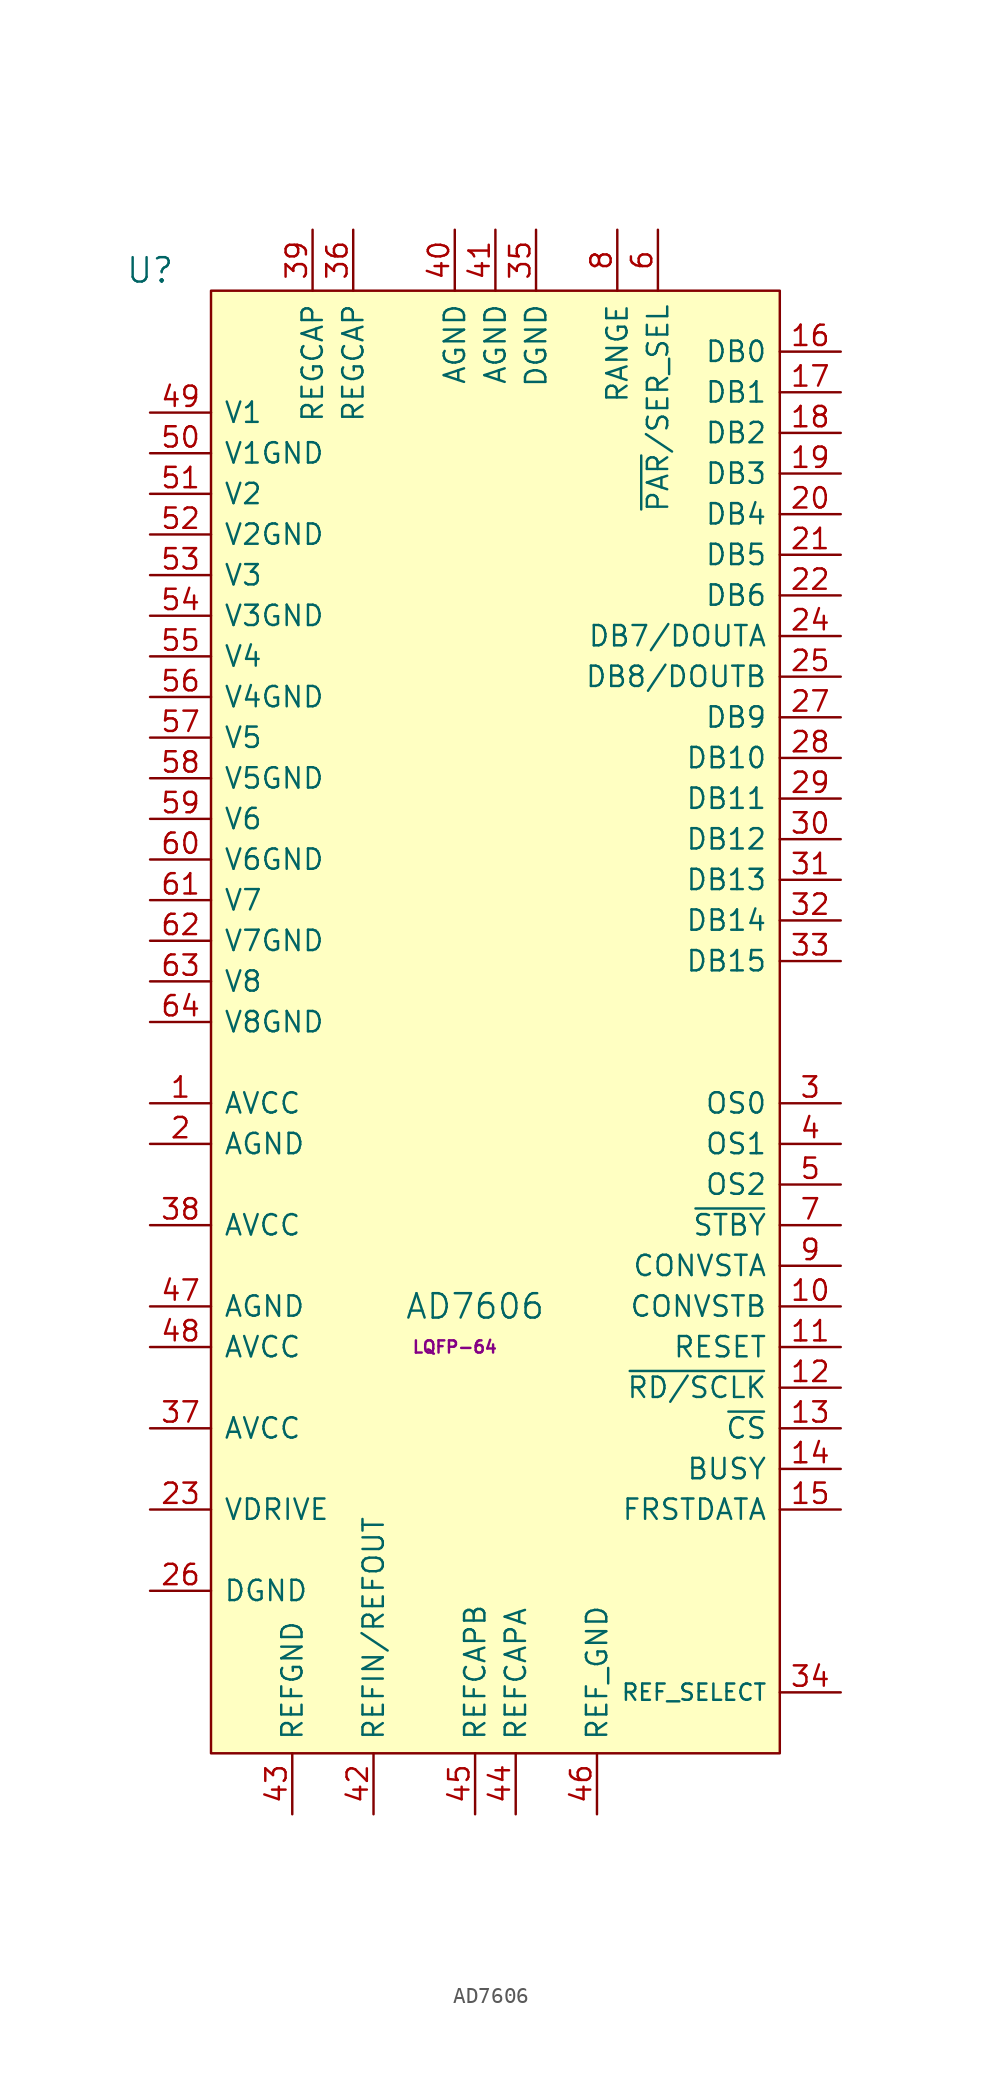
<source format=kicad_sym>
(kicad_symbol_lib
  (version 20220914)
  (generator kicad_symbol_editor)
  (symbol "AD7606"
    (pin_names
      (offset 0.762))
    (property "Reference" "U"
      (at -21.59 46.99 0)
      (effects (font (size 1.524 1.524))))
    (property "Value" "AD7606"
      (at -1.27 -17.78 0)
      (effects (font (size 1.524 1.524))))
    (property "Footprint" "LQFP-64"
      (at -2.54 -20.32 0)
      (effects (font (size 0.762 0.762))))
    (property "Datasheet" ""
      (at 0 0 0)
      (effects (font (size 1.524 1.524))))
    (symbol "AD7606_0_1"
      (rectangle (start -17.78 45.72) (end 17.78 -45.72) (stroke (width 0) (type default)) (fill (type background))))
    (symbol "AD7606_1_1"
      (pin input line (at -21.59 -5.08 0) (length 3.81) (name "AVCC" (effects (font (size 1.27 1.27)))) (number "1" (effects (font (size 1.27 1.27)))))
      (pin input line (at 21.59 -17.78 180) (length 3.81) (name "CONVSTB" (effects (font (size 1.27 1.27)))) (number "10" (effects (font (size 1.27 1.27)))))
      (pin input line (at 21.59 -20.32 180) (length 3.81) (name "RESET" (effects (font (size 1.27 1.27)))) (number "11" (effects (font (size 1.27 1.27)))))
      (pin input line (at 21.59 -22.86 180) (length 3.81) (name "~{RD/SCLK}" (effects (font (size 1.27 1.27)))) (number "12" (effects (font (size 1.27 1.27)))))
      (pin input line (at 21.59 -25.4 180) (length 3.81) (name "~{CS}" (effects (font (size 1.27 1.27)))) (number "13" (effects (font (size 1.27 1.27)))))
      (pin input line (at 21.59 -27.94 180) (length 3.81) (name "BUSY" (effects (font (size 1.27 1.27)))) (number "14" (effects (font (size 1.27 1.27)))))
      (pin input line (at 21.59 -30.48 180) (length 3.81) (name "FRSTDATA" (effects (font (size 1.27 1.27)))) (number "15" (effects (font (size 1.27 1.27)))))
      (pin input line (at 21.59 41.91 180) (length 3.81) (name "DB0" (effects (font (size 1.27 1.27)))) (number "16" (effects (font (size 1.27 1.27)))))
      (pin input line (at 21.59 39.37 180) (length 3.81) (name "DB1" (effects (font (size 1.27 1.27)))) (number "17" (effects (font (size 1.27 1.27)))))
      (pin input line (at 21.59 36.83 180) (length 3.81) (name "DB2" (effects (font (size 1.27 1.27)))) (number "18" (effects (font (size 1.27 1.27)))))
      (pin input line (at 21.59 34.29 180) (length 3.81) (name "DB3" (effects (font (size 1.27 1.27)))) (number "19" (effects (font (size 1.27 1.27)))))
      (pin input line (at -21.59 -7.62 0) (length 3.81) (name "AGND" (effects (font (size 1.27 1.27)))) (number "2" (effects (font (size 1.27 1.27)))))
      (pin input line (at 21.59 31.75 180) (length 3.81) (name "DB4" (effects (font (size 1.27 1.27)))) (number "20" (effects (font (size 1.27 1.27)))))
      (pin input line (at 21.59 29.21 180) (length 3.81) (name "DB5" (effects (font (size 1.27 1.27)))) (number "21" (effects (font (size 1.27 1.27)))))
      (pin input line (at 21.59 26.67 180) (length 3.81) (name "DB6" (effects (font (size 1.27 1.27)))) (number "22" (effects (font (size 1.27 1.27)))))
      (pin input line (at -21.59 -30.48 0) (length 3.81) (name "VDRIVE" (effects (font (size 1.27 1.27)))) (number "23" (effects (font (size 1.27 1.27)))))
      (pin input line (at 21.59 24.13 180) (length 3.81) (name "DB7/DOUTA" (effects (font (size 1.27 1.27)))) (number "24" (effects (font (size 1.27 1.27)))))
      (pin input line (at 21.59 21.59 180) (length 3.81) (name "DB8/DOUTB" (effects (font (size 1.27 1.27)))) (number "25" (effects (font (size 1.27 1.27)))))
      (pin input line (at -21.59 -35.56 0) (length 3.81) (name "DGND" (effects (font (size 1.27 1.27)))) (number "26" (effects (font (size 1.27 1.27)))))
      (pin input line (at 21.59 19.05 180) (length 3.81) (name "DB9" (effects (font (size 1.27 1.27)))) (number "27" (effects (font (size 1.27 1.27)))))
      (pin input line (at 21.59 16.51 180) (length 3.81) (name "DB10" (effects (font (size 1.27 1.27)))) (number "28" (effects (font (size 1.27 1.27)))))
      (pin input line (at 21.59 13.97 180) (length 3.81) (name "DB11" (effects (font (size 1.27 1.27)))) (number "29" (effects (font (size 1.27 1.27)))))
      (pin input line (at 21.59 -5.08 180) (length 3.81) (name "OS0" (effects (font (size 1.27 1.27)))) (number "3" (effects (font (size 1.27 1.27)))))
      (pin input line (at 21.59 11.43 180) (length 3.81) (name "DB12" (effects (font (size 1.27 1.27)))) (number "30" (effects (font (size 1.27 1.27)))))
      (pin input line (at 21.59 8.89 180) (length 3.81) (name "DB13" (effects (font (size 1.27 1.27)))) (number "31" (effects (font (size 1.27 1.27)))))
      (pin input line (at 21.59 6.35 180) (length 3.81) (name "DB14" (effects (font (size 1.27 1.27)))) (number "32" (effects (font (size 1.27 1.27)))))
      (pin input line (at 21.59 3.81 180) (length 3.81) (name "DB15" (effects (font (size 1.27 1.27)))) (number "33" (effects (font (size 1.27 1.27)))))
      (pin input line (at 21.59 -41.91 180) (length 3.81) (name "REF_SELECT" (effects (font (size 1.016 1.016)))) (number "34" (effects (font (size 1.27 1.27)))))
      (pin input line (at 2.54 49.53 270) (length 3.81) (name "DGND" (effects (font (size 1.27 1.27)))) (number "35" (effects (font (size 1.27 1.27)))))
      (pin input line (at -8.89 49.53 270) (length 3.81) (name "REGCAP" (effects (font (size 1.27 1.27)))) (number "36" (effects (font (size 1.27 1.27)))))
      (pin input line (at -21.59 -25.4 0) (length 3.81) (name "AVCC" (effects (font (size 1.27 1.27)))) (number "37" (effects (font (size 1.27 1.27)))))
      (pin input line (at -21.59 -12.7 0) (length 3.81) (name "AVCC" (effects (font (size 1.27 1.27)))) (number "38" (effects (font (size 1.27 1.27)))))
      (pin input line (at -11.43 49.53 270) (length 3.81) (name "REGCAP" (effects (font (size 1.27 1.27)))) (number "39" (effects (font (size 1.27 1.27)))))
      (pin input line (at 21.59 -7.62 180) (length 3.81) (name "OS1" (effects (font (size 1.27 1.27)))) (number "4" (effects (font (size 1.27 1.27)))))
      (pin input line (at -2.54 49.53 270) (length 3.81) (name "AGND" (effects (font (size 1.27 1.27)))) (number "40" (effects (font (size 1.27 1.27)))))
      (pin input line (at 0 49.53 270) (length 3.81) (name "AGND" (effects (font (size 1.27 1.27)))) (number "41" (effects (font (size 1.27 1.27)))))
      (pin input line (at -7.62 -49.53 90) (length 3.81) (name "REFIN/REFOUT" (effects (font (size 1.27 1.27)))) (number "42" (effects (font (size 1.27 1.27)))))
      (pin input line (at -12.7 -49.53 90) (length 3.81) (name "REFGND" (effects (font (size 1.27 1.27)))) (number "43" (effects (font (size 1.27 1.27)))))
      (pin input line (at 1.27 -49.53 90) (length 3.81) (name "REFCAPA" (effects (font (size 1.27 1.27)))) (number "44" (effects (font (size 1.27 1.27)))))
      (pin input line (at -1.27 -49.53 90) (length 3.81) (name "REFCAPB" (effects (font (size 1.27 1.27)))) (number "45" (effects (font (size 1.27 1.27)))))
      (pin input line (at 6.35 -49.53 90) (length 3.81) (name "REF_GND" (effects (font (size 1.27 1.27)))) (number "46" (effects (font (size 1.27 1.27)))))
      (pin input line (at -21.59 -17.78 0) (length 3.81) (name "AGND" (effects (font (size 1.27 1.27)))) (number "47" (effects (font (size 1.27 1.27)))))
      (pin input line (at -21.59 -20.32 0) (length 3.81) (name "AVCC" (effects (font (size 1.27 1.27)))) (number "48" (effects (font (size 1.27 1.27)))))
      (pin input line (at -21.59 38.1 0) (length 3.81) (name "V1" (effects (font (size 1.27 1.27)))) (number "49" (effects (font (size 1.27 1.27)))))
      (pin input line (at 21.59 -10.16 180) (length 3.81) (name "OS2" (effects (font (size 1.27 1.27)))) (number "5" (effects (font (size 1.27 1.27)))))
      (pin input line (at -21.59 35.56 0) (length 3.81) (name "V1GND" (effects (font (size 1.27 1.27)))) (number "50" (effects (font (size 1.27 1.27)))))
      (pin input line (at -21.59 33.02 0) (length 3.81) (name "V2" (effects (font (size 1.27 1.27)))) (number "51" (effects (font (size 1.27 1.27)))))
      (pin input line (at -21.59 30.48 0) (length 3.81) (name "V2GND" (effects (font (size 1.27 1.27)))) (number "52" (effects (font (size 1.27 1.27)))))
      (pin input line (at -21.59 27.94 0) (length 3.81) (name "V3" (effects (font (size 1.27 1.27)))) (number "53" (effects (font (size 1.27 1.27)))))
      (pin input line (at -21.59 25.4 0) (length 3.81) (name "V3GND" (effects (font (size 1.27 1.27)))) (number "54" (effects (font (size 1.27 1.27)))))
      (pin input line (at -21.59 22.86 0) (length 3.81) (name "V4" (effects (font (size 1.27 1.27)))) (number "55" (effects (font (size 1.27 1.27)))))
      (pin input line (at -21.59 20.32 0) (length 3.81) (name "V4GND" (effects (font (size 1.27 1.27)))) (number "56" (effects (font (size 1.27 1.27)))))
      (pin input line (at -21.59 17.78 0) (length 3.81) (name "V5" (effects (font (size 1.27 1.27)))) (number "57" (effects (font (size 1.27 1.27)))))
      (pin input line (at -21.59 15.24 0) (length 3.81) (name "V5GND" (effects (font (size 1.27 1.27)))) (number "58" (effects (font (size 1.27 1.27)))))
      (pin input line (at -21.59 12.7 0) (length 3.81) (name "V6" (effects (font (size 1.27 1.27)))) (number "59" (effects (font (size 1.27 1.27)))))
      (pin input line (at 10.16 49.53 270) (length 3.81) (name "~{PAR}/SER_SEL" (effects (font (size 1.27 1.27)))) (number "6" (effects (font (size 1.27 1.27)))))
      (pin input line (at -21.59 10.16 0) (length 3.81) (name "V6GND" (effects (font (size 1.27 1.27)))) (number "60" (effects (font (size 1.27 1.27)))))
      (pin input line (at -21.59 7.62 0) (length 3.81) (name "V7" (effects (font (size 1.27 1.27)))) (number "61" (effects (font (size 1.27 1.27)))))
      (pin input line (at -21.59 5.08 0) (length 3.81) (name "V7GND" (effects (font (size 1.27 1.27)))) (number "62" (effects (font (size 1.27 1.27)))))
      (pin input line (at -21.59 2.54 0) (length 3.81) (name "V8" (effects (font (size 1.27 1.27)))) (number "63" (effects (font (size 1.27 1.27)))))
      (pin input line (at -21.59 0 0) (length 3.81) (name "V8GND" (effects (font (size 1.27 1.27)))) (number "64" (effects (font (size 1.27 1.27)))))
      (pin input line (at 21.59 -12.7 180) (length 3.81) (name "~{STBY}" (effects (font (size 1.27 1.27)))) (number "7" (effects (font (size 1.27 1.27)))))
      (pin input line (at 7.62 49.53 270) (length 3.81) (name "RANGE" (effects (font (size 1.27 1.27)))) (number "8" (effects (font (size 1.27 1.27)))))
      (pin input line (at 21.59 -15.24 180) (length 3.81) (name "CONVSTA" (effects (font (size 1.27 1.27)))) (number "9" (effects (font (size 1.27 1.27))))))))
</source>
